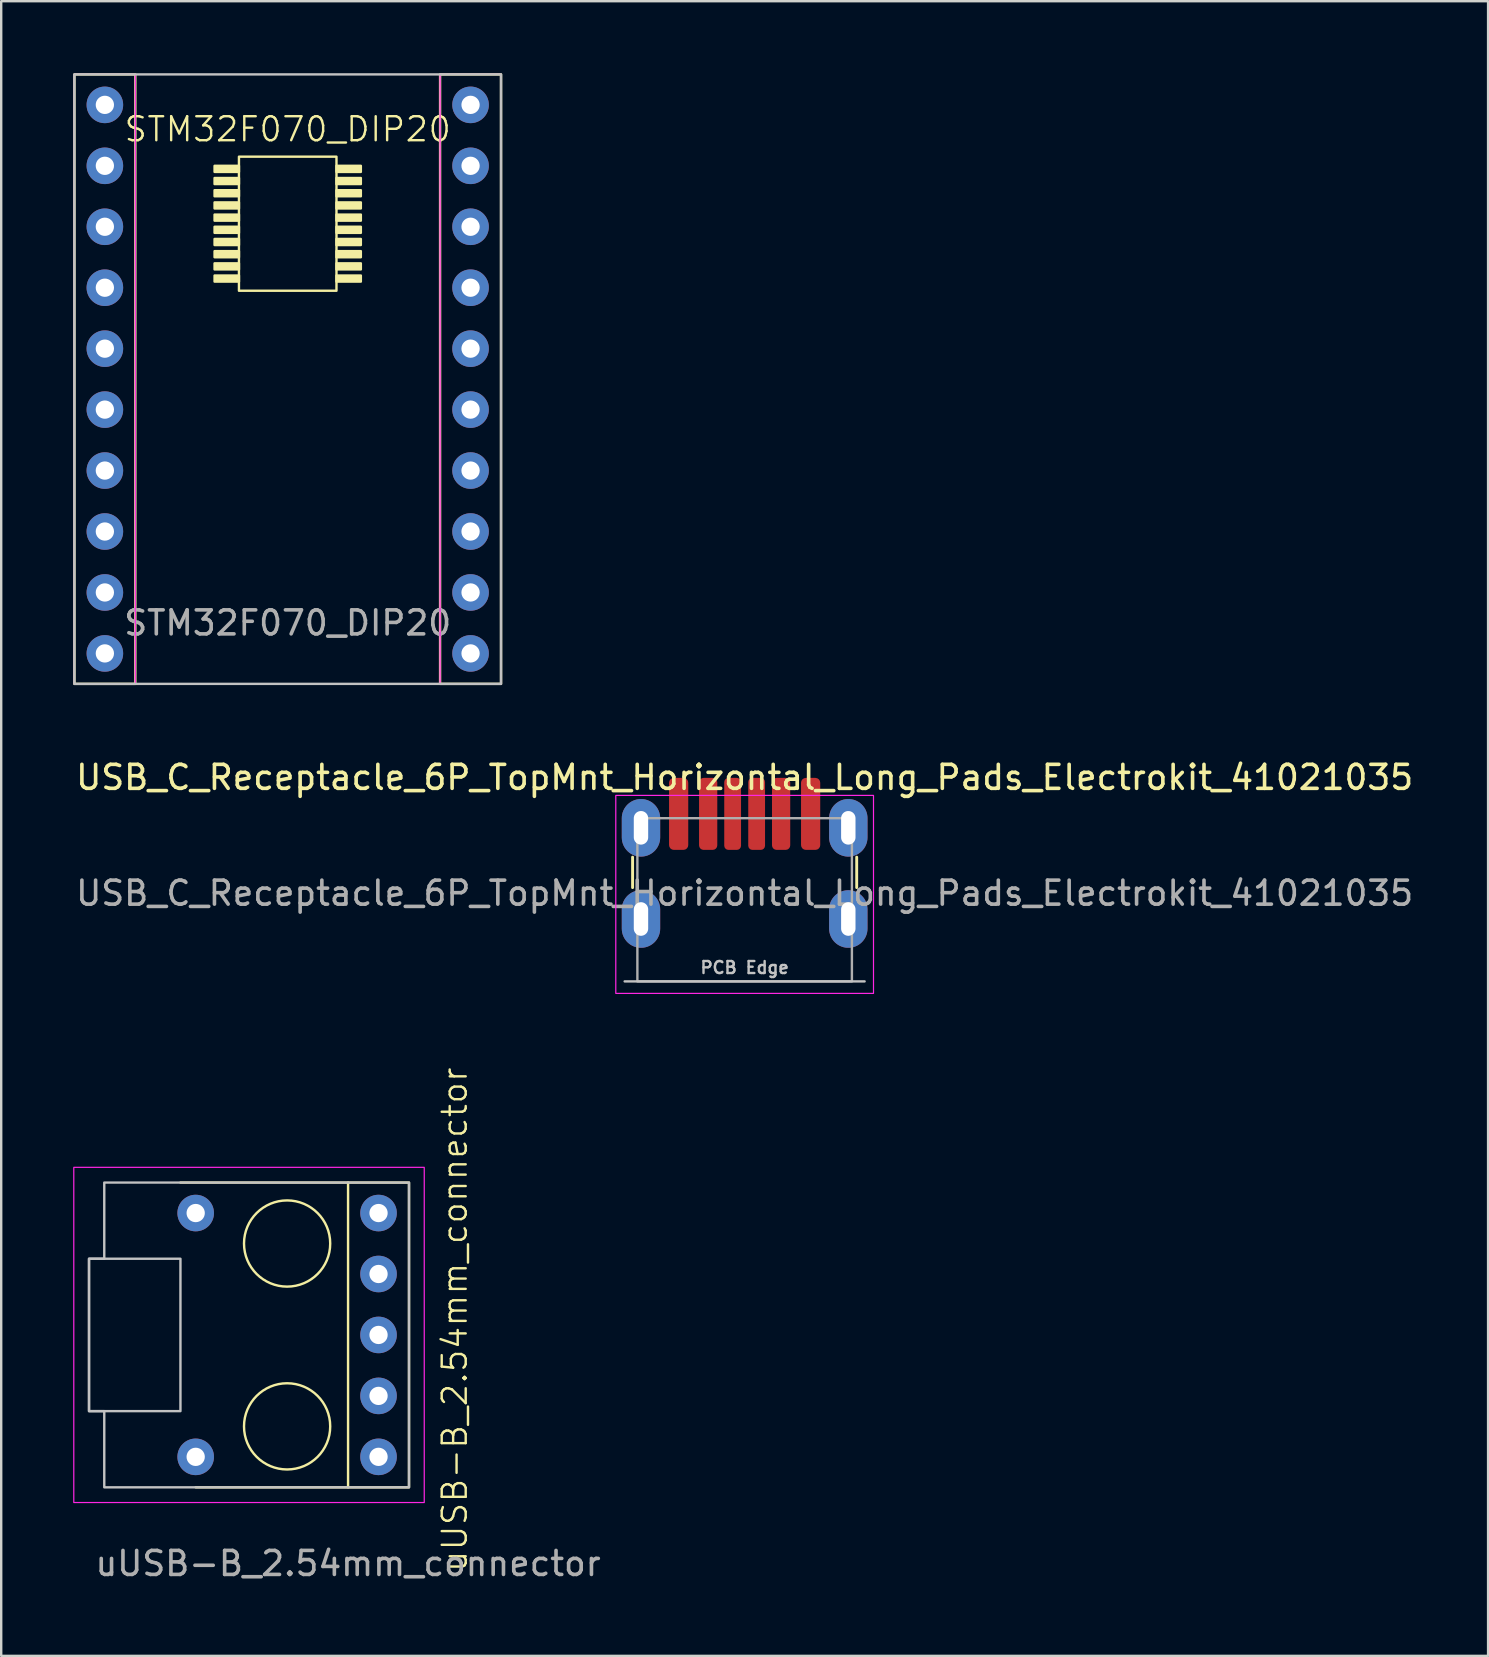
<source format=kicad_pcb>
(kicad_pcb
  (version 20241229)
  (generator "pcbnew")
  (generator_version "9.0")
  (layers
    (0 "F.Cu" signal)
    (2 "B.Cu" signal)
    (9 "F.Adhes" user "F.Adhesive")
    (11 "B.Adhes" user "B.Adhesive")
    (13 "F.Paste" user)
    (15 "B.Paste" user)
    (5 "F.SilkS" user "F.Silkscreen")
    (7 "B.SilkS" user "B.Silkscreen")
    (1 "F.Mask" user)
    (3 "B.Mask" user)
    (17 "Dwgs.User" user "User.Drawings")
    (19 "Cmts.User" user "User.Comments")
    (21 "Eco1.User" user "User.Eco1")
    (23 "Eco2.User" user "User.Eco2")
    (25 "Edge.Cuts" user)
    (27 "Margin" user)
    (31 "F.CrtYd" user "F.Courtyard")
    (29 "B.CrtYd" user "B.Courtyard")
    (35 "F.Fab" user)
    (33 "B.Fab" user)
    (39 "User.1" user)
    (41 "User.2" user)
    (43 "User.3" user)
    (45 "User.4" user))
  (footprint "uUSB-B_2.54mm_connector"
    (layer "F.Cu")
    (at 12.725 60.202)
    (property "Reference" "uUSB-B_2.54mm_connector" (at 3.175 -8.255 90) (unlocked yes) (layer "F.SilkS") (effects (font (size 1 1) (thickness 0.1))))
    (attr through_hole)
    (fp_line (start -1.27 -13.97) (end -8.255 -13.97) (stroke (width 0.1) (type default)) (layer "F.SilkS"))
    (fp_line (start -1.27 -1.27) (end -7.62 -1.27) (stroke (width 0.1) (type default)) (layer "F.SilkS"))
    (fp_rect (start -1.27 -13.97) (end 1.27 -1.27) (stroke (width 0.1) (type default)) (fill no) (layer "F.SilkS"))
    (fp_circle (center -3.81 -11.43) (end -2.54 -12.7) (stroke (width 0.1) (type default)) (fill no) (layer "F.SilkS"))
    (fp_circle (center -3.81 -3.81) (end -2.54 -5.08) (stroke (width 0.1) (type default)) (fill no) (layer "F.SilkS"))
    (fp_rect (start -12.065 -10.795) (end -8.255 -4.445) (stroke (width 0.1) (type solid)) (fill no) (layer "Dwgs.User"))
    (fp_poly (pts (xy 1.27 -13.97) (xy -11.43 -13.97) (xy -11.43 -10.795) (xy -12.065 -10.795) (xy -12.065 -4.445) (xy -11.43 -4.445) (xy -11.43 -1.27) (xy 1.27 -1.27)) (stroke (width 0.1) (type solid)) (fill no) (layer "Dwgs.User"))
    (fp_rect (start -12.7 -14.605) (end 1.905 -0.635) (stroke (width 0.05) (type default)) (fill no) (layer "F.CrtYd"))
    (fp_text user "${REFERENCE}" (at -1.27 1.905 0) (unlocked yes) (layer "F.Fab") (effects (font (size 1 1) (thickness 0.15))))
    (pad "1" thru_hole circle (at 0 -12.7) (size 1.524 1.524) (drill 0.762) (layers "*.Cu" "*.Mask"))
    (pad "2" thru_hole circle (at 0 -10.16) (size 1.524 1.524) (drill 0.762) (layers "*.Cu" "*.Mask"))
    (pad "3" thru_hole circle (at 0 -7.62) (size 1.524 1.524) (drill 0.762) (layers "*.Cu" "*.Mask"))
    (pad "4" thru_hole circle (at 0 -5.08) (size 1.524 1.524) (drill 0.762) (layers "*.Cu" "*.Mask"))
    (pad "5" thru_hole circle (at 0 -2.54) (size 1.524 1.524) (drill 0.762) (layers "*.Cu" "*.Mask"))
    (pad "6" thru_hole circle (at -7.62 -12.7) (size 1.524 1.524) (drill 0.762) (layers "*.Cu" "*.Mask"))
    (pad "6" thru_hole circle (at -7.62 -2.54) (size 1.524 1.524) (drill 0.762) (layers "*.Cu" "*.Mask"))
    (zone (net_name "") (layers "F.Cu" "B.Cu" "F.CrtYd") (hatch edge 0.5) (connect_pads) (min_thickness 0.25) (filled_areas_thickness no) (keepout (tracks not_allowed) (vias not_allowed) (pads not_allowed) (copperpour not_allowed) (footprints allowed)) (placement (enabled no)) (fill) (polygon (pts (xy 11.074 46.613) (xy 11.074 51.312) (xy 6.629 51.312) (xy 6.629 46.613) (xy 7.137 46.613))))
    (zone (net_name "") (layers "F.Cu" "B.Cu" "F.CrtYd") (hatch edge 0.5) (connect_pads) (min_thickness 0.25) (filled_areas_thickness no) (keepout (tracks not_allowed) (vias not_allowed) (pads not_allowed) (copperpour not_allowed) (footprints allowed)) (placement (enabled no)) (fill) (polygon (pts (xy 11.074 53.979) (xy 11.074 58.678) (xy 6.629 58.678) (xy 6.629 53.979) (xy 7.137 53.979)))))
  (footprint "STM32F070_DIP20"
    (layer "F.Cu")
    (at 8.94 11.48)
    (property "Reference" "STM32F070_DIP20" (at 0 -9.144 0) (unlocked yes) (layer "F.SilkS") (effects (font (size 1 1) (thickness 0.1))))
    (attr through_hole)
    (fp_rect (start -8.89 -11.43) (end -6.35 13.97) (stroke (width 0.1) (type default)) (fill no) (layer "F.SilkS"))
    (fp_rect (start -3.048 -7.62) (end -2.032 -7.366) (stroke (width 0.1) (type solid)) (fill yes) (layer "F.SilkS"))
    (fp_rect (start -3.048 -7.112) (end -2.032 -6.858) (stroke (width 0.1) (type solid)) (fill yes) (layer "F.SilkS"))
    (fp_rect (start -3.048 -6.604) (end -2.032 -6.35) (stroke (width 0.1) (type solid)) (fill yes) (layer "F.SilkS"))
    (fp_rect (start -3.048 -6.096) (end -2.032 -5.842) (stroke (width 0.1) (type solid)) (fill yes) (layer "F.SilkS"))
    (fp_rect (start -3.048 -5.588) (end -2.032 -5.334) (stroke (width 0.1) (type solid)) (fill yes) (layer "F.SilkS"))
    (fp_rect (start -3.048 -5.08) (end -2.032 -4.826) (stroke (width 0.1) (type solid)) (fill yes) (layer "F.SilkS"))
    (fp_rect (start -3.048 -4.572) (end -2.032 -4.318) (stroke (width 0.1) (type solid)) (fill yes) (layer "F.SilkS"))
    (fp_rect (start -3.048 -4.064) (end -2.032 -3.81) (stroke (width 0.1) (type solid)) (fill yes) (layer "F.SilkS"))
    (fp_rect (start -3.048 -3.556) (end -2.032 -3.302) (stroke (width 0.1) (type solid)) (fill yes) (layer "F.SilkS"))
    (fp_rect (start -3.048 -3.048) (end -2.032 -2.794) (stroke (width 0.1) (type solid)) (fill yes) (layer "F.SilkS"))
    (fp_rect (start -2.032 -8.001) (end 2.032 -2.413) (stroke (width 0.1) (type default)) (fill no) (layer "F.SilkS"))
    (fp_rect (start 2.032 -7.62) (end 3.048 -7.366) (stroke (width 0.1) (type solid)) (fill yes) (layer "F.SilkS"))
    (fp_rect (start 2.032 -7.112) (end 3.048 -6.858) (stroke (width 0.1) (type solid)) (fill yes) (layer "F.SilkS"))
    (fp_rect (start 2.032 -6.604) (end 3.048 -6.35) (stroke (width 0.1) (type solid)) (fill yes) (layer "F.SilkS"))
    (fp_rect (start 2.032 -6.096) (end 3.048 -5.842) (stroke (width 0.1) (type solid)) (fill yes) (layer "F.SilkS"))
    (fp_rect (start 2.032 -5.588) (end 3.048 -5.334) (stroke (width 0.1) (type solid)) (fill yes) (layer "F.SilkS"))
    (fp_rect (start 2.032 -5.08) (end 3.048 -4.826) (stroke (width 0.1) (type solid)) (fill yes) (layer "F.SilkS"))
    (fp_rect (start 2.032 -4.572) (end 3.048 -4.318) (stroke (width 0.1) (type solid)) (fill yes) (layer "F.SilkS"))
    (fp_rect (start 2.032 -4.064) (end 3.048 -3.81) (stroke (width 0.1) (type solid)) (fill yes) (layer "F.SilkS"))
    (fp_rect (start 2.032 -3.556) (end 3.048 -3.302) (stroke (width 0.1) (type solid)) (fill yes) (layer "F.SilkS"))
    (fp_rect (start 2.032 -3.048) (end 3.048 -2.794) (stroke (width 0.1) (type solid)) (fill yes) (layer "F.SilkS"))
    (fp_rect (start 6.35 -11.43) (end 8.89 13.97) (stroke (width 0.1) (type default)) (fill no) (layer "F.SilkS"))
    (fp_rect (start -8.89 -11.43) (end 8.89 13.97) (stroke (width 0.1) (type default)) (fill no) (layer "Dwgs.User"))
    (fp_rect (start -8.89 -11.43) (end -6.35 13.97) (stroke (width 0.05) (type default)) (fill no) (layer "F.CrtYd"))
    (fp_rect (start 6.35 -11.43) (end 8.89 13.97) (stroke (width 0.05) (type default)) (fill no) (layer "F.CrtYd"))
    (fp_text user "${REFERENCE}" (at 0 11.43 0) (unlocked yes) (layer "F.Fab") (effects (font (size 1 1) (thickness 0.15))))
    (pad "1" thru_hole circle (at -7.62 -10.16) (size 1.524 1.524) (drill 0.762) (layers "*.Cu" "*.Mask"))
    (pad "2" thru_hole circle (at -7.62 -7.62) (size 1.524 1.524) (drill 0.762) (layers "*.Cu" "*.Mask"))
    (pad "3" thru_hole circle (at -7.62 -5.08) (size 1.524 1.524) (drill 0.762) (layers "*.Cu" "*.Mask"))
    (pad "4" thru_hole circle (at -7.62 -2.54) (size 1.524 1.524) (drill 0.762) (layers "*.Cu" "*.Mask"))
    (pad "5" thru_hole circle (at -7.62 0) (size 1.524 1.524) (drill 0.762) (layers "*.Cu" "*.Mask"))
    (pad "6" thru_hole circle (at -7.62 2.54) (size 1.524 1.524) (drill 0.762) (layers "*.Cu" "*.Mask"))
    (pad "7" thru_hole circle (at -7.62 5.08) (size 1.524 1.524) (drill 0.762) (layers "*.Cu" "*.Mask"))
    (pad "8" thru_hole circle (at -7.62 7.62) (size 1.524 1.524) (drill 0.762) (layers "*.Cu" "*.Mask"))
    (pad "9" thru_hole circle (at -7.62 10.16) (size 1.524 1.524) (drill 0.762) (layers "*.Cu" "*.Mask"))
    (pad "10" thru_hole circle (at -7.62 12.7) (size 1.524 1.524) (drill 0.762) (layers "*.Cu" "*.Mask"))
    (pad "11" thru_hole circle (at 7.62 12.7 180) (size 1.524 1.524) (drill 0.762) (layers "*.Cu" "*.Mask"))
    (pad "12" thru_hole circle (at 7.62 10.16 180) (size 1.524 1.524) (drill 0.762) (layers "*.Cu" "*.Mask"))
    (pad "13" thru_hole circle (at 7.62 7.62 180) (size 1.524 1.524) (drill 0.762) (layers "*.Cu" "*.Mask"))
    (pad "14" thru_hole circle (at 7.62 5.08 180) (size 1.524 1.524) (drill 0.762) (layers "*.Cu" "*.Mask"))
    (pad "15" thru_hole circle (at 7.62 2.54 180) (size 1.524 1.524) (drill 0.762) (layers "*.Cu" "*.Mask"))
    (pad "16" thru_hole circle (at 7.62 0 180) (size 1.524 1.524) (drill 0.762) (layers "*.Cu" "*.Mask"))
    (pad "17" thru_hole circle (at 7.62 -2.54 180) (size 1.524 1.524) (drill 0.762) (layers "*.Cu" "*.Mask"))
    (pad "18" thru_hole circle (at 7.62 -5.08 180) (size 1.524 1.524) (drill 0.762) (layers "*.Cu" "*.Mask"))
    (pad "19" thru_hole circle (at 7.62 -7.62 180) (size 1.524 1.524) (drill 0.762) (layers "*.Cu" "*.Mask"))
    (pad "20" thru_hole circle (at 7.62 -10.16 180) (size 1.524 1.524) (drill 0.762) (layers "*.Cu" "*.Mask")))
  (footprint "USB_C_Receptacle_6P_TopMnt_Horizontal_Long_Pads_Electrokit_41021035"
    (layer "F.Cu")
    (at 27.982 34.448)
    (property "Reference" "USB_C_Receptacle_6P_TopMnt_Horizontal_Long_Pads_Electrokit_41021035" (at 0 -5.1 0) (unlocked yes) (layer "F.SilkS") (effects (font (size 1 1) (thickness 0.15))))
    (attr smd)
    (fp_line (start -4.67 -0.508) (end -4.67 -1.778) (stroke (width 0.12) (type solid)) (layer "F.SilkS"))
    (fp_line (start 4.67 -0.508) (end 4.67 -1.778) (stroke (width 0.12) (type solid)) (layer "F.SilkS"))
    (fp_line (start 5 3.4) (end -5 3.4) (stroke (width 0.1) (type solid)) (layer "Dwgs.User"))
    (fp_rect (start -5.37 -4.35) (end 5.37 3.9) (stroke (width 0.05) (type solid)) (fill no) (layer "F.CrtYd"))
    (fp_rect (start -4.47 -3.4) (end 4.47 3.4) (stroke (width 0.1) (type solid)) (fill no) (layer "F.Fab"))
    (fp_text user "PCB Edge" (at 0 2.825 0) (unlocked yes) (layer "Dwgs.User") (effects (font (size 0.5 0.5) (thickness 0.1))))
    (fp_text user "${REFERENCE}" (at 0 -0.275 0) (unlocked yes) (layer "F.Fab") (effects (font (size 1 1) (thickness 0.15))))
    (pad "A5" smd roundrect (at -0.5 -3.58) (size 0.7 3) (layers "F.Cu" "F.Mask" "F.Paste") (roundrect_rratio 0.25))
    (pad "A9" smd roundrect (at 1.52 -3.58 180) (size 0.76 3) (layers "F.Cu" "F.Mask" "F.Paste") (roundrect_rratio 0.25))
    (pad "A12" smd roundrect (at 2.75 -3.58 180) (size 0.8 3) (layers "F.Cu" "F.Mask" "F.Paste") (roundrect_rratio 0.25))
    (pad "B5" smd roundrect (at 0.5 -3.58 180) (size 0.7 3) (layers "F.Cu" "F.Mask" "F.Paste") (roundrect_rratio 0.25))
    (pad "B9" smd roundrect (at -1.52 -3.58) (size 0.76 3) (layers "F.Cu" "F.Mask" "F.Paste") (roundrect_rratio 0.25))
    (pad "B12" smd roundrect (at -2.75 -3.58) (size 0.8 3) (layers "F.Cu" "F.Mask" "F.Paste") (roundrect_rratio 0.25))
    (pad "S1" thru_hole oval (at -4.32 -3) (size 1.6 2.4) (drill oval 0.6 1.4) (layers "*.Cu" "*.Mask" "F.Paste"))
    (pad "S1" thru_hole oval (at -4.32 0.8) (size 1.6 2.4) (drill oval 0.6 1.4) (layers "*.Cu" "*.Mask" "F.Paste"))
    (pad "S1" thru_hole oval (at 4.32 -3) (size 1.6 2.4) (drill oval 0.6 1.4) (layers "*.Cu" "*.Mask" "F.Paste"))
    (pad "S1" thru_hole oval (at 4.32 0.8) (size 1.6 2.4) (drill oval 0.6 1.4) (layers "*.Cu" "*.Mask" "F.Paste")))
  (gr_rect
    (start -3 -3)
    (end 58.964 65.955)
    (stroke (width 0.1) (type default))
    (fill no)
    (layer "Edge.Cuts")))
</source>
